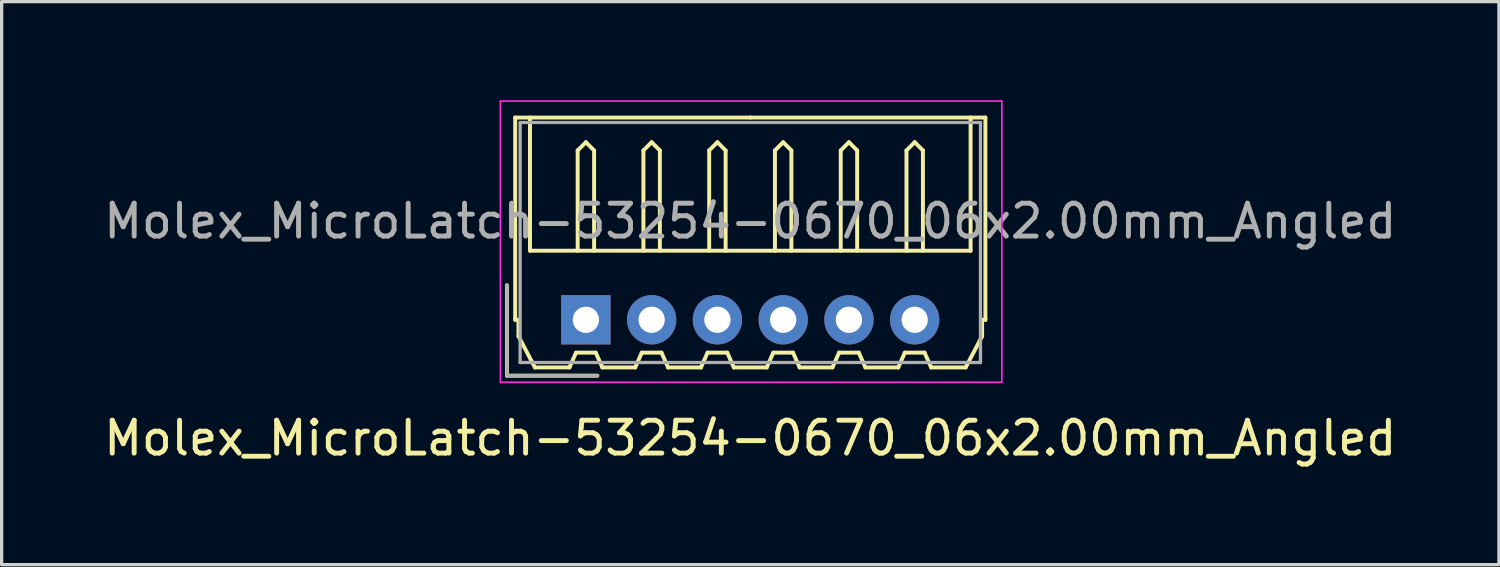
<source format=kicad_pcb>
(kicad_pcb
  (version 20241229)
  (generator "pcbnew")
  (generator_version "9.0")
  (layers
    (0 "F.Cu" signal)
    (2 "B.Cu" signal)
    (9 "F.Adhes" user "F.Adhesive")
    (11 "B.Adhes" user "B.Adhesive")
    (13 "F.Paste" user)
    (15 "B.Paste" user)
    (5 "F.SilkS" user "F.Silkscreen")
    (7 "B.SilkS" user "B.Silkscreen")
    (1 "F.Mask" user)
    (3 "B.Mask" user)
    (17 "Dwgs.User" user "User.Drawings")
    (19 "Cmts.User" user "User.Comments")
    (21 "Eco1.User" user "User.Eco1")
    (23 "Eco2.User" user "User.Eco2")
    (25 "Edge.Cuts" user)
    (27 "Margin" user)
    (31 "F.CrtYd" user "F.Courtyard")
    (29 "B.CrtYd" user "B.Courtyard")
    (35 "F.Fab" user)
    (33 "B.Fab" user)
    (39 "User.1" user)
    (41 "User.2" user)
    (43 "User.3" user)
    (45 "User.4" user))
  (footprint "Molex_MicroLatch-53254-0670_06x2.00mm_Angled"
    (layer "F.Cu")
    (at 14.768 6.675)
    (property "Reference" "Molex_MicroLatch-53254-0670_06x2.00mm_Angled" (at 5 3.6 0) (layer "F.SilkS") (effects (font (size 1 1) (thickness 0.15))))
    (attr through_hole)
    (fp_line (start -2.4 1.7) (end -2.4 -1.05) (stroke (width 0.12) (type solid)) (layer "F.SilkS"))
    (fp_line (start -2.15 -6.15) (end 5 -6.15) (stroke (width 0.12) (type solid)) (layer "F.SilkS"))
    (fp_line (start -2.15 0) (end -2.15 -6.15) (stroke (width 0.12) (type solid)) (layer "F.SilkS"))
    (fp_line (start -2.05 0) (end -2.15 0) (stroke (width 0.12) (type solid)) (layer "F.SilkS"))
    (fp_line (start -2.05 0.5) (end -2.05 0) (stroke (width 0.12) (type solid)) (layer "F.SilkS"))
    (fp_line (start -1.7 -6.15) (end -1.7 -2.1) (stroke (width 0.12) (type solid)) (layer "F.SilkS"))
    (fp_line (start -1.7 -2.1) (end 11.7 -2.1) (stroke (width 0.12) (type solid)) (layer "F.SilkS"))
    (fp_line (start -1.55 1.45) (end -2.05 0.5) (stroke (width 0.12) (type solid)) (layer "F.SilkS"))
    (fp_line (start -0.5 1.45) (end -1.55 1.45) (stroke (width 0.12) (type solid)) (layer "F.SilkS"))
    (fp_line (start -0.3 1) (end -0.5 1.45) (stroke (width 0.12) (type solid)) (layer "F.SilkS"))
    (fp_line (start -0.3 1) (end 0.3 1) (stroke (width 0.12) (type solid)) (layer "F.SilkS"))
    (fp_line (start -0.25 -5.15) (end 0 -5.4) (stroke (width 0.12) (type solid)) (layer "F.SilkS"))
    (fp_line (start -0.25 -2.1) (end -0.25 -5.15) (stroke (width 0.12) (type solid)) (layer "F.SilkS"))
    (fp_line (start 0 -5.4) (end 0.25 -5.15) (stroke (width 0.12) (type solid)) (layer "F.SilkS"))
    (fp_line (start 0.25 -5.15) (end 0.25 -2.1) (stroke (width 0.12) (type solid)) (layer "F.SilkS"))
    (fp_line (start 0.3 1) (end 0.5 1.45) (stroke (width 0.12) (type solid)) (layer "F.SilkS"))
    (fp_line (start 0.35 1.7) (end -2.4 1.7) (stroke (width 0.12) (type solid)) (layer "F.SilkS"))
    (fp_line (start 0.5 1.45) (end 1.5 1.45) (stroke (width 0.12) (type solid)) (layer "F.SilkS"))
    (fp_line (start 1.5 1.45) (end 1.7 1) (stroke (width 0.12) (type solid)) (layer "F.SilkS"))
    (fp_line (start 1.7 1) (end 2.3 1) (stroke (width 0.12) (type solid)) (layer "F.SilkS"))
    (fp_line (start 1.75 -5.15) (end 2 -5.4) (stroke (width 0.12) (type solid)) (layer "F.SilkS"))
    (fp_line (start 1.75 -2.1) (end 1.75 -5.15) (stroke (width 0.12) (type solid)) (layer "F.SilkS"))
    (fp_line (start 2 -5.4) (end 2.25 -5.15) (stroke (width 0.12) (type solid)) (layer "F.SilkS"))
    (fp_line (start 2.25 -5.15) (end 2.25 -2.1) (stroke (width 0.12) (type solid)) (layer "F.SilkS"))
    (fp_line (start 2.3 1) (end 2.5 1.45) (stroke (width 0.12) (type solid)) (layer "F.SilkS"))
    (fp_line (start 2.5 1.45) (end 3.5 1.45) (stroke (width 0.12) (type solid)) (layer "F.SilkS"))
    (fp_line (start 3.5 1.45) (end 3.7 1) (stroke (width 0.12) (type solid)) (layer "F.SilkS"))
    (fp_line (start 3.7 1) (end 4.3 1) (stroke (width 0.12) (type solid)) (layer "F.SilkS"))
    (fp_line (start 3.75 -5.15) (end 4 -5.4) (stroke (width 0.12) (type solid)) (layer "F.SilkS"))
    (fp_line (start 3.75 -2.1) (end 3.75 -5.15) (stroke (width 0.12) (type solid)) (layer "F.SilkS"))
    (fp_line (start 4 -5.4) (end 4.25 -5.15) (stroke (width 0.12) (type solid)) (layer "F.SilkS"))
    (fp_line (start 4.25 -5.15) (end 4.25 -2.1) (stroke (width 0.12) (type solid)) (layer "F.SilkS"))
    (fp_line (start 4.3 1) (end 4.5 1.45) (stroke (width 0.12) (type solid)) (layer "F.SilkS"))
    (fp_line (start 4.5 1.45) (end 5.5 1.45) (stroke (width 0.12) (type solid)) (layer "F.SilkS"))
    (fp_line (start 5.5 1.45) (end 5.7 1) (stroke (width 0.12) (type solid)) (layer "F.SilkS"))
    (fp_line (start 5.7 1) (end 6.3 1) (stroke (width 0.12) (type solid)) (layer "F.SilkS"))
    (fp_line (start 5.75 -5.15) (end 6 -5.4) (stroke (width 0.12) (type solid)) (layer "F.SilkS"))
    (fp_line (start 5.75 -2.1) (end 5.75 -5.15) (stroke (width 0.12) (type solid)) (layer "F.SilkS"))
    (fp_line (start 6 -5.4) (end 6.25 -5.15) (stroke (width 0.12) (type solid)) (layer "F.SilkS"))
    (fp_line (start 6.25 -5.15) (end 6.25 -2.1) (stroke (width 0.12) (type solid)) (layer "F.SilkS"))
    (fp_line (start 6.3 1) (end 6.5 1.45) (stroke (width 0.12) (type solid)) (layer "F.SilkS"))
    (fp_line (start 6.5 1.45) (end 7.5 1.45) (stroke (width 0.12) (type solid)) (layer "F.SilkS"))
    (fp_line (start 7.5 1.45) (end 7.7 1) (stroke (width 0.12) (type solid)) (layer "F.SilkS"))
    (fp_line (start 7.7 1) (end 8.3 1) (stroke (width 0.12) (type solid)) (layer "F.SilkS"))
    (fp_line (start 7.75 -5.15) (end 8 -5.4) (stroke (width 0.12) (type solid)) (layer "F.SilkS"))
    (fp_line (start 7.75 -2.1) (end 7.75 -5.15) (stroke (width 0.12) (type solid)) (layer "F.SilkS"))
    (fp_line (start 8 -5.4) (end 8.25 -5.15) (stroke (width 0.12) (type solid)) (layer "F.SilkS"))
    (fp_line (start 8.25 -5.15) (end 8.25 -2.1) (stroke (width 0.12) (type solid)) (layer "F.SilkS"))
    (fp_line (start 8.3 1) (end 8.5 1.45) (stroke (width 0.12) (type solid)) (layer "F.SilkS"))
    (fp_line (start 8.5 1.45) (end 9.5 1.45) (stroke (width 0.12) (type solid)) (layer "F.SilkS"))
    (fp_line (start 9.5 1.45) (end 9.7 1) (stroke (width 0.12) (type solid)) (layer "F.SilkS"))
    (fp_line (start 9.7 1) (end 10.3 1) (stroke (width 0.12) (type solid)) (layer "F.SilkS"))
    (fp_line (start 9.75 -5.15) (end 10 -5.4) (stroke (width 0.12) (type solid)) (layer "F.SilkS"))
    (fp_line (start 9.75 -2.1) (end 9.75 -5.15) (stroke (width 0.12) (type solid)) (layer "F.SilkS"))
    (fp_line (start 10 -5.4) (end 10.25 -5.15) (stroke (width 0.12) (type solid)) (layer "F.SilkS"))
    (fp_line (start 10.25 -5.15) (end 10.25 -2.1) (stroke (width 0.12) (type solid)) (layer "F.SilkS"))
    (fp_line (start 10.3 1) (end 10.5 1.45) (stroke (width 0.12) (type solid)) (layer "F.SilkS"))
    (fp_line (start 10.5 1.45) (end 11.55 1.45) (stroke (width 0.12) (type solid)) (layer "F.SilkS"))
    (fp_line (start 11.55 1.45) (end 12.05 0.5) (stroke (width 0.12) (type solid)) (layer "F.SilkS"))
    (fp_line (start 11.7 -2.1) (end 11.7 -6.15) (stroke (width 0.12) (type solid)) (layer "F.SilkS"))
    (fp_line (start 12.05 0) (end 12.15 0) (stroke (width 0.12) (type solid)) (layer "F.SilkS"))
    (fp_line (start 12.05 0.5) (end 12.05 0) (stroke (width 0.12) (type solid)) (layer "F.SilkS"))
    (fp_line (start 12.15 -6.15) (end 5 -6.15) (stroke (width 0.12) (type solid)) (layer "F.SilkS"))
    (fp_line (start 12.15 0) (end 12.15 -6.15) (stroke (width 0.12) (type solid)) (layer "F.SilkS"))
    (fp_line (start -2.6 -6.65) (end -2.6 1.9) (stroke (width 0.05) (type solid)) (layer "F.CrtYd"))
    (fp_line (start -2.6 1.9) (end 12.65 1.9) (stroke (width 0.05) (type solid)) (layer "F.CrtYd"))
    (fp_line (start 12.65 -6.65) (end -2.6 -6.65) (stroke (width 0.05) (type solid)) (layer "F.CrtYd"))
    (fp_line (start 12.65 1.9) (end 12.65 -6.65) (stroke (width 0.05) (type solid)) (layer "F.CrtYd"))
    (fp_line (start -2.4 1.7) (end -2.4 -1.05) (stroke (width 0.1) (type solid)) (layer "F.Fab"))
    (fp_line (start -2 -6) (end -2 1.3) (stroke (width 0.1) (type solid)) (layer "F.Fab"))
    (fp_line (start -2 1.3) (end 12 1.3) (stroke (width 0.1) (type solid)) (layer "F.Fab"))
    (fp_line (start 0.35 1.7) (end -2.4 1.7) (stroke (width 0.1) (type solid)) (layer "F.Fab"))
    (fp_line (start 12 -6) (end -2 -6) (stroke (width 0.1) (type solid)) (layer "F.Fab"))
    (fp_line (start 12 1.3) (end 12 -6) (stroke (width 0.1) (type solid)) (layer "F.Fab"))
    (fp_text user "${REFERENCE}" (at 5 -3 0) (layer "F.Fab") (effects (font (size 1 1) (thickness 0.15))))
    (pad "1" thru_hole rect (at 0 0) (size 1.5 1.5) (drill 0.8) (layers "*.Cu" "*.Mask"))
    (pad "2" thru_hole circle (at 2 0) (size 1.5 1.5) (drill 0.8) (layers "*.Cu" "*.Mask"))
    (pad "3" thru_hole circle (at 4 0) (size 1.5 1.5) (drill 0.8) (layers "*.Cu" "*.Mask"))
    (pad "4" thru_hole circle (at 6 0) (size 1.5 1.5) (drill 0.8) (layers "*.Cu" "*.Mask"))
    (pad "5" thru_hole circle (at 8 0) (size 1.5 1.5) (drill 0.8) (layers "*.Cu" "*.Mask"))
    (pad "6" thru_hole circle (at 10 0) (size 1.5 1.5) (drill 0.8) (layers "*.Cu" "*.Mask")))
  (gr_rect
    (start -3 -3)
    (end 42.536 14.123)
    (stroke (width 0.1) (type default))
    (fill no)
    (layer "Edge.Cuts")))
</source>
